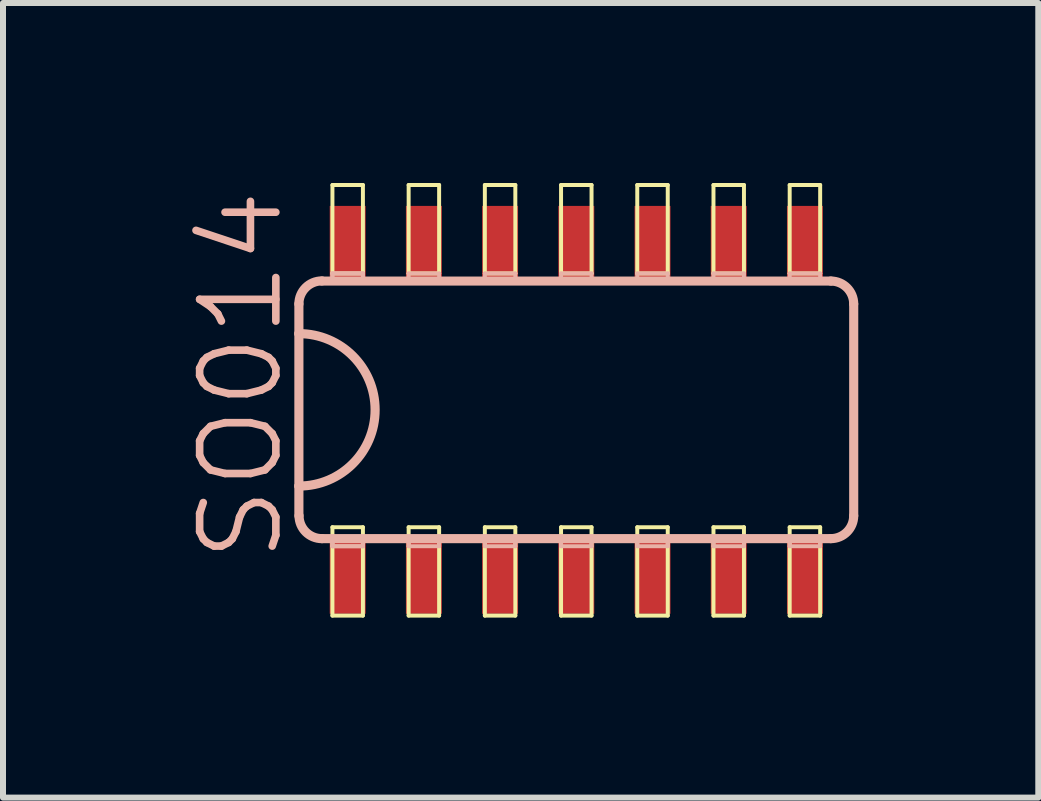
<source format=kicad_pcb>
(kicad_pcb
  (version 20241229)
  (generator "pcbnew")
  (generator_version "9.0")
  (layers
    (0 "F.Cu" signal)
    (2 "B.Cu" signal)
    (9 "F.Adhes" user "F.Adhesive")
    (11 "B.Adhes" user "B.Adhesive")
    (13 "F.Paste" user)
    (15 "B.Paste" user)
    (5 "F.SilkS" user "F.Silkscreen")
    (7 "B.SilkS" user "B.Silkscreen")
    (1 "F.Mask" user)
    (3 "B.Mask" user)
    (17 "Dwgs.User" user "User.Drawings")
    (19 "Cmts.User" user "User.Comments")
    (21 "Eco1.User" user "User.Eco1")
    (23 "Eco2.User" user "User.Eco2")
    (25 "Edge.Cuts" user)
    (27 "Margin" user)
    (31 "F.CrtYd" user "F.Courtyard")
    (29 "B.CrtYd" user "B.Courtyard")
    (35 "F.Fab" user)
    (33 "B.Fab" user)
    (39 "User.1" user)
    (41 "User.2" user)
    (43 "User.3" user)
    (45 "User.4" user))
  (footprint "SO014"
    (layer "F.Cu")
    (at 5.919 3.78)
    (property "Reference" "SO014" (at -4.953 -0.572 90) (layer "B.SilkS") (effects (font (size 1.27 1.27) (thickness 0.127))))
    (attr smd)
    (fp_line (start -3.429 -3.747) (end -2.921 -3.747) (stroke (width 0.066) (type solid)) (layer "F.SilkS"))
    (fp_line (start -3.429 -2.273) (end -3.429 -3.747) (stroke (width 0.066) (type solid)) (layer "F.SilkS"))
    (fp_line (start -3.429 -2.273) (end -2.921 -2.273) (stroke (width 0.066) (type solid)) (layer "F.SilkS"))
    (fp_line (start -3.429 1.956) (end -2.921 1.956) (stroke (width 0.066) (type solid)) (layer "F.SilkS"))
    (fp_line (start -3.429 3.429) (end -3.429 1.956) (stroke (width 0.066) (type solid)) (layer "F.SilkS"))
    (fp_line (start -3.429 3.429) (end -2.921 3.429) (stroke (width 0.066) (type solid)) (layer "F.SilkS"))
    (fp_line (start -2.921 -2.273) (end -2.921 -3.747) (stroke (width 0.066) (type solid)) (layer "F.SilkS"))
    (fp_line (start -2.921 3.429) (end -2.921 1.956) (stroke (width 0.066) (type solid)) (layer "F.SilkS"))
    (fp_line (start -2.159 -3.747) (end -1.651 -3.747) (stroke (width 0.066) (type solid)) (layer "F.SilkS"))
    (fp_line (start -2.159 -2.273) (end -2.159 -3.747) (stroke (width 0.066) (type solid)) (layer "F.SilkS"))
    (fp_line (start -2.159 -2.273) (end -1.651 -2.273) (stroke (width 0.066) (type solid)) (layer "F.SilkS"))
    (fp_line (start -2.159 1.956) (end -1.651 1.956) (stroke (width 0.066) (type solid)) (layer "F.SilkS"))
    (fp_line (start -2.159 3.429) (end -2.159 1.956) (stroke (width 0.066) (type solid)) (layer "F.SilkS"))
    (fp_line (start -2.159 3.429) (end -1.651 3.429) (stroke (width 0.066) (type solid)) (layer "F.SilkS"))
    (fp_line (start -1.651 -2.273) (end -1.651 -3.747) (stroke (width 0.066) (type solid)) (layer "F.SilkS"))
    (fp_line (start -1.651 3.429) (end -1.651 1.956) (stroke (width 0.066) (type solid)) (layer "F.SilkS"))
    (fp_line (start -0.889 -3.747) (end -0.381 -3.747) (stroke (width 0.066) (type solid)) (layer "F.SilkS"))
    (fp_line (start -0.889 -2.273) (end -0.889 -3.747) (stroke (width 0.066) (type solid)) (layer "F.SilkS"))
    (fp_line (start -0.889 -2.273) (end -0.381 -2.273) (stroke (width 0.066) (type solid)) (layer "F.SilkS"))
    (fp_line (start -0.889 1.956) (end -0.381 1.956) (stroke (width 0.066) (type solid)) (layer "F.SilkS"))
    (fp_line (start -0.889 3.429) (end -0.889 1.956) (stroke (width 0.066) (type solid)) (layer "F.SilkS"))
    (fp_line (start -0.889 3.429) (end -0.381 3.429) (stroke (width 0.066) (type solid)) (layer "F.SilkS"))
    (fp_line (start -0.381 -2.273) (end -0.381 -3.747) (stroke (width 0.066) (type solid)) (layer "F.SilkS"))
    (fp_line (start -0.381 3.429) (end -0.381 1.956) (stroke (width 0.066) (type solid)) (layer "F.SilkS"))
    (fp_line (start 0.381 -3.747) (end 0.889 -3.747) (stroke (width 0.066) (type solid)) (layer "F.SilkS"))
    (fp_line (start 0.381 -2.273) (end 0.381 -3.747) (stroke (width 0.066) (type solid)) (layer "F.SilkS"))
    (fp_line (start 0.381 -2.273) (end 0.889 -2.273) (stroke (width 0.066) (type solid)) (layer "F.SilkS"))
    (fp_line (start 0.381 1.956) (end 0.889 1.956) (stroke (width 0.066) (type solid)) (layer "F.SilkS"))
    (fp_line (start 0.381 3.429) (end 0.381 1.956) (stroke (width 0.066) (type solid)) (layer "F.SilkS"))
    (fp_line (start 0.381 3.429) (end 0.889 3.429) (stroke (width 0.066) (type solid)) (layer "F.SilkS"))
    (fp_line (start 0.889 -2.273) (end 0.889 -3.747) (stroke (width 0.066) (type solid)) (layer "F.SilkS"))
    (fp_line (start 0.889 3.429) (end 0.889 1.956) (stroke (width 0.066) (type solid)) (layer "F.SilkS"))
    (fp_line (start 1.651 -3.747) (end 2.159 -3.747) (stroke (width 0.066) (type solid)) (layer "F.SilkS"))
    (fp_line (start 1.651 -2.273) (end 1.651 -3.747) (stroke (width 0.066) (type solid)) (layer "F.SilkS"))
    (fp_line (start 1.651 -2.273) (end 2.159 -2.273) (stroke (width 0.066) (type solid)) (layer "F.SilkS"))
    (fp_line (start 1.651 1.956) (end 2.159 1.956) (stroke (width 0.066) (type solid)) (layer "F.SilkS"))
    (fp_line (start 1.651 3.429) (end 1.651 1.956) (stroke (width 0.066) (type solid)) (layer "F.SilkS"))
    (fp_line (start 1.651 3.429) (end 2.159 3.429) (stroke (width 0.066) (type solid)) (layer "F.SilkS"))
    (fp_line (start 2.159 -2.273) (end 2.159 -3.747) (stroke (width 0.066) (type solid)) (layer "F.SilkS"))
    (fp_line (start 2.159 3.429) (end 2.159 1.956) (stroke (width 0.066) (type solid)) (layer "F.SilkS"))
    (fp_line (start 2.921 -3.747) (end 3.429 -3.747) (stroke (width 0.066) (type solid)) (layer "F.SilkS"))
    (fp_line (start 2.921 -2.273) (end 2.921 -3.747) (stroke (width 0.066) (type solid)) (layer "F.SilkS"))
    (fp_line (start 2.921 -2.273) (end 3.429 -2.273) (stroke (width 0.066) (type solid)) (layer "F.SilkS"))
    (fp_line (start 2.921 1.956) (end 3.429 1.956) (stroke (width 0.066) (type solid)) (layer "F.SilkS"))
    (fp_line (start 2.921 3.429) (end 2.921 1.956) (stroke (width 0.066) (type solid)) (layer "F.SilkS"))
    (fp_line (start 2.921 3.429) (end 3.429 3.429) (stroke (width 0.066) (type solid)) (layer "F.SilkS"))
    (fp_line (start 3.429 -2.273) (end 3.429 -3.747) (stroke (width 0.066) (type solid)) (layer "F.SilkS"))
    (fp_line (start 3.429 3.429) (end 3.429 1.956) (stroke (width 0.066) (type solid)) (layer "F.SilkS"))
    (fp_line (start 4.191 -3.747) (end 4.699 -3.747) (stroke (width 0.066) (type solid)) (layer "F.SilkS"))
    (fp_line (start 4.191 -2.273) (end 4.191 -3.747) (stroke (width 0.066) (type solid)) (layer "F.SilkS"))
    (fp_line (start 4.191 -2.273) (end 4.699 -2.273) (stroke (width 0.066) (type solid)) (layer "F.SilkS"))
    (fp_line (start 4.191 1.956) (end 4.699 1.956) (stroke (width 0.066) (type solid)) (layer "F.SilkS"))
    (fp_line (start 4.191 3.429) (end 4.191 1.956) (stroke (width 0.066) (type solid)) (layer "F.SilkS"))
    (fp_line (start 4.191 3.429) (end 4.699 3.429) (stroke (width 0.066) (type solid)) (layer "F.SilkS"))
    (fp_line (start 4.699 -2.273) (end 4.699 -3.747) (stroke (width 0.066) (type solid)) (layer "F.SilkS"))
    (fp_line (start 4.699 3.429) (end 4.699 1.956) (stroke (width 0.066) (type solid)) (layer "F.SilkS"))
    (fp_line (start -3.988 -1.765) (end -3.988 -1.27) (stroke (width 0.152) (type solid)) (layer "B.SilkS"))
    (fp_line (start -3.988 -1.27) (end -3.988 1.27) (stroke (width 0.152) (type solid)) (layer "B.SilkS"))
    (fp_line (start -3.988 1.27) (end -3.988 1.765) (stroke (width 0.152) (type solid)) (layer "B.SilkS"))
    (fp_line (start -3.604 2.146) (end 4.877 2.146) (stroke (width 0.152) (type solid)) (layer "B.SilkS"))
    (fp_line (start -3.429 -2.273) (end -2.921 -2.273) (stroke (width 0.066) (type solid)) (layer "B.SilkS"))
    (fp_line (start -3.429 -2.273) (end -2.921 -2.273) (stroke (width 0.066) (type solid)) (layer "B.SilkS"))
    (fp_line (start -3.429 -2.146) (end -3.429 -2.273) (stroke (width 0.066) (type solid)) (layer "B.SilkS"))
    (fp_line (start -3.429 -2.146) (end -3.429 -2.273) (stroke (width 0.066) (type solid)) (layer "B.SilkS"))
    (fp_line (start -3.429 -2.146) (end -2.921 -2.146) (stroke (width 0.066) (type solid)) (layer "B.SilkS"))
    (fp_line (start -3.429 -2.146) (end -2.921 -2.146) (stroke (width 0.066) (type solid)) (layer "B.SilkS"))
    (fp_line (start -3.429 2.146) (end -2.921 2.146) (stroke (width 0.066) (type solid)) (layer "B.SilkS"))
    (fp_line (start -3.429 2.146) (end -2.921 2.146) (stroke (width 0.066) (type solid)) (layer "B.SilkS"))
    (fp_line (start -3.429 2.273) (end -3.429 2.146) (stroke (width 0.066) (type solid)) (layer "B.SilkS"))
    (fp_line (start -3.429 2.273) (end -3.429 2.146) (stroke (width 0.066) (type solid)) (layer "B.SilkS"))
    (fp_line (start -3.429 2.273) (end -2.921 2.273) (stroke (width 0.066) (type solid)) (layer "B.SilkS"))
    (fp_line (start -3.429 2.273) (end -2.921 2.273) (stroke (width 0.066) (type solid)) (layer "B.SilkS"))
    (fp_line (start -2.921 -2.146) (end -2.921 -2.273) (stroke (width 0.066) (type solid)) (layer "B.SilkS"))
    (fp_line (start -2.921 -2.146) (end -2.921 -2.273) (stroke (width 0.066) (type solid)) (layer "B.SilkS"))
    (fp_line (start -2.921 2.273) (end -2.921 2.146) (stroke (width 0.066) (type solid)) (layer "B.SilkS"))
    (fp_line (start -2.921 2.273) (end -2.921 2.146) (stroke (width 0.066) (type solid)) (layer "B.SilkS"))
    (fp_line (start -2.159 -2.273) (end -1.651 -2.273) (stroke (width 0.066) (type solid)) (layer "B.SilkS"))
    (fp_line (start -2.159 -2.146) (end -2.159 -2.273) (stroke (width 0.066) (type solid)) (layer "B.SilkS"))
    (fp_line (start -2.159 -2.146) (end -1.651 -2.146) (stroke (width 0.066) (type solid)) (layer "B.SilkS"))
    (fp_line (start -2.159 2.146) (end -1.651 2.146) (stroke (width 0.066) (type solid)) (layer "B.SilkS"))
    (fp_line (start -2.159 2.273) (end -2.159 2.146) (stroke (width 0.066) (type solid)) (layer "B.SilkS"))
    (fp_line (start -2.159 2.273) (end -1.651 2.273) (stroke (width 0.066) (type solid)) (layer "B.SilkS"))
    (fp_line (start -1.651 -2.146) (end -1.651 -2.273) (stroke (width 0.066) (type solid)) (layer "B.SilkS"))
    (fp_line (start -1.651 2.273) (end -1.651 2.146) (stroke (width 0.066) (type solid)) (layer "B.SilkS"))
    (fp_line (start -0.889 -2.273) (end -0.381 -2.273) (stroke (width 0.066) (type solid)) (layer "B.SilkS"))
    (fp_line (start -0.889 -2.146) (end -0.889 -2.273) (stroke (width 0.066) (type solid)) (layer "B.SilkS"))
    (fp_line (start -0.889 -2.146) (end -0.381 -2.146) (stroke (width 0.066) (type solid)) (layer "B.SilkS"))
    (fp_line (start -0.889 2.146) (end -0.381 2.146) (stroke (width 0.066) (type solid)) (layer "B.SilkS"))
    (fp_line (start -0.889 2.273) (end -0.889 2.146) (stroke (width 0.066) (type solid)) (layer "B.SilkS"))
    (fp_line (start -0.889 2.273) (end -0.381 2.273) (stroke (width 0.066) (type solid)) (layer "B.SilkS"))
    (fp_line (start -0.381 -2.146) (end -0.381 -2.273) (stroke (width 0.066) (type solid)) (layer "B.SilkS"))
    (fp_line (start -0.381 2.273) (end -0.381 2.146) (stroke (width 0.066) (type solid)) (layer "B.SilkS"))
    (fp_line (start 0.381 -2.273) (end 0.889 -2.273) (stroke (width 0.066) (type solid)) (layer "B.SilkS"))
    (fp_line (start 0.381 -2.146) (end 0.381 -2.273) (stroke (width 0.066) (type solid)) (layer "B.SilkS"))
    (fp_line (start 0.381 -2.146) (end 0.889 -2.146) (stroke (width 0.066) (type solid)) (layer "B.SilkS"))
    (fp_line (start 0.381 2.146) (end 0.889 2.146) (stroke (width 0.066) (type solid)) (layer "B.SilkS"))
    (fp_line (start 0.381 2.273) (end 0.381 2.146) (stroke (width 0.066) (type solid)) (layer "B.SilkS"))
    (fp_line (start 0.381 2.273) (end 0.889 2.273) (stroke (width 0.066) (type solid)) (layer "B.SilkS"))
    (fp_line (start 0.889 -2.146) (end 0.889 -2.273) (stroke (width 0.066) (type solid)) (layer "B.SilkS"))
    (fp_line (start 0.889 2.273) (end 0.889 2.146) (stroke (width 0.066) (type solid)) (layer "B.SilkS"))
    (fp_line (start 1.651 -2.273) (end 2.159 -2.273) (stroke (width 0.066) (type solid)) (layer "B.SilkS"))
    (fp_line (start 1.651 -2.146) (end 1.651 -2.273) (stroke (width 0.066) (type solid)) (layer "B.SilkS"))
    (fp_line (start 1.651 -2.146) (end 2.159 -2.146) (stroke (width 0.066) (type solid)) (layer "B.SilkS"))
    (fp_line (start 1.651 2.146) (end 2.159 2.146) (stroke (width 0.066) (type solid)) (layer "B.SilkS"))
    (fp_line (start 1.651 2.273) (end 1.651 2.146) (stroke (width 0.066) (type solid)) (layer "B.SilkS"))
    (fp_line (start 1.651 2.273) (end 2.159 2.273) (stroke (width 0.066) (type solid)) (layer "B.SilkS"))
    (fp_line (start 2.159 -2.146) (end 2.159 -2.273) (stroke (width 0.066) (type solid)) (layer "B.SilkS"))
    (fp_line (start 2.159 2.273) (end 2.159 2.146) (stroke (width 0.066) (type solid)) (layer "B.SilkS"))
    (fp_line (start 2.921 -2.273) (end 3.429 -2.273) (stroke (width 0.066) (type solid)) (layer "B.SilkS"))
    (fp_line (start 2.921 -2.146) (end 2.921 -2.273) (stroke (width 0.066) (type solid)) (layer "B.SilkS"))
    (fp_line (start 2.921 -2.146) (end 3.429 -2.146) (stroke (width 0.066) (type solid)) (layer "B.SilkS"))
    (fp_line (start 2.921 2.146) (end 3.429 2.146) (stroke (width 0.066) (type solid)) (layer "B.SilkS"))
    (fp_line (start 2.921 2.273) (end 2.921 2.146) (stroke (width 0.066) (type solid)) (layer "B.SilkS"))
    (fp_line (start 2.921 2.273) (end 3.429 2.273) (stroke (width 0.066) (type solid)) (layer "B.SilkS"))
    (fp_line (start 3.429 -2.146) (end 3.429 -2.273) (stroke (width 0.066) (type solid)) (layer "B.SilkS"))
    (fp_line (start 3.429 2.273) (end 3.429 2.146) (stroke (width 0.066) (type solid)) (layer "B.SilkS"))
    (fp_line (start 4.191 -2.273) (end 4.699 -2.273) (stroke (width 0.066) (type solid)) (layer "B.SilkS"))
    (fp_line (start 4.191 -2.146) (end 4.191 -2.273) (stroke (width 0.066) (type solid)) (layer "B.SilkS"))
    (fp_line (start 4.191 -2.146) (end 4.699 -2.146) (stroke (width 0.066) (type solid)) (layer "B.SilkS"))
    (fp_line (start 4.191 2.146) (end 4.699 2.146) (stroke (width 0.066) (type solid)) (layer "B.SilkS"))
    (fp_line (start 4.191 2.273) (end 4.191 2.146) (stroke (width 0.066) (type solid)) (layer "B.SilkS"))
    (fp_line (start 4.191 2.273) (end 4.699 2.273) (stroke (width 0.066) (type solid)) (layer "B.SilkS"))
    (fp_line (start 4.699 -2.146) (end 4.699 -2.273) (stroke (width 0.066) (type solid)) (layer "B.SilkS"))
    (fp_line (start 4.699 2.273) (end 4.699 2.146) (stroke (width 0.066) (type solid)) (layer "B.SilkS"))
    (fp_line (start 4.877 -2.146) (end -3.604 -2.146) (stroke (width 0.152) (type solid)) (layer "B.SilkS"))
    (fp_line (start 5.258 1.765) (end 5.258 -1.765) (stroke (width 0.152) (type solid)) (layer "B.SilkS"))
    (fp_arc (start -3.9878 -1.7653) (mid -3.875464 -2.036504) (end -3.60426 -2.14884) (stroke (width 0.1524) (type solid)) (layer "B.SilkS"))
    (fp_arc (start -3.9878 -1.27) (mid -2.7178 0) (end -3.9878 1.27) (stroke (width 0.1524) (type solid)) (layer "B.SilkS"))
    (fp_arc (start -3.60426 2.1463) (mid -3.873668 2.034708) (end -3.98526 1.7653) (stroke (width 0.1524) (type solid)) (layer "B.SilkS"))
    (fp_arc (start 4.8768 -2.1463) (mid 5.146208 -2.034708) (end 5.2578 -1.7653) (stroke (width 0.1524) (type solid)) (layer "B.SilkS"))
    (fp_arc (start 5.2578 1.7653) (mid 5.146208 2.034708) (end 4.8768 2.1463) (stroke (width 0.1524) (type solid)) (layer "B.SilkS"))
    (pad "1" smd rect (at -3.175 2.799) (size 0.599 1.199) (layers "F.Cu" "F.Mask" "F.Paste"))
    (pad "2" smd rect (at -1.905 2.799) (size 0.599 1.199) (layers "F.Cu" "F.Mask" "F.Paste"))
    (pad "3" smd rect (at -0.635 2.799) (size 0.599 1.199) (layers "F.Cu" "F.Mask" "F.Paste"))
    (pad "4" smd rect (at 0.635 2.799) (size 0.599 1.199) (layers "F.Cu" "F.Mask" "F.Paste"))
    (pad "5" smd rect (at 1.905 2.799) (size 0.599 1.199) (layers "F.Cu" "F.Mask" "F.Paste"))
    (pad "6" smd rect (at 3.175 2.799) (size 0.599 1.199) (layers "F.Cu" "F.Mask" "F.Paste"))
    (pad "7" smd rect (at 4.445 2.799) (size 0.599 1.199) (layers "F.Cu" "F.Mask" "F.Paste"))
    (pad "8" smd rect (at 4.445 -2.799) (size 0.599 1.199) (layers "F.Cu" "F.Mask" "F.Paste"))
    (pad "9" smd rect (at 3.175 -2.799) (size 0.599 1.199) (layers "F.Cu" "F.Mask" "F.Paste"))
    (pad "10" smd rect (at 1.905 -2.799) (size 0.599 1.199) (layers "F.Cu" "F.Mask" "F.Paste"))
    (pad "11" smd rect (at 0.635 -2.799) (size 0.599 1.199) (layers "F.Cu" "F.Mask" "F.Paste"))
    (pad "12" smd rect (at -0.635 -2.799) (size 0.599 1.199) (layers "F.Cu" "F.Mask" "F.Paste"))
    (pad "13" smd rect (at -1.905 -2.799) (size 0.599 1.199) (layers "F.Cu" "F.Mask" "F.Paste"))
    (pad "14" smd rect (at -3.175 -2.799) (size 0.599 1.199) (layers "F.Cu" "F.Mask" "F.Paste")))
  (gr_rect
    (start -3 -3)
    (end 14.253 10.242)
    (stroke (width 0.1) (type default))
    (fill no)
    (layer "Edge.Cuts")))
</source>
